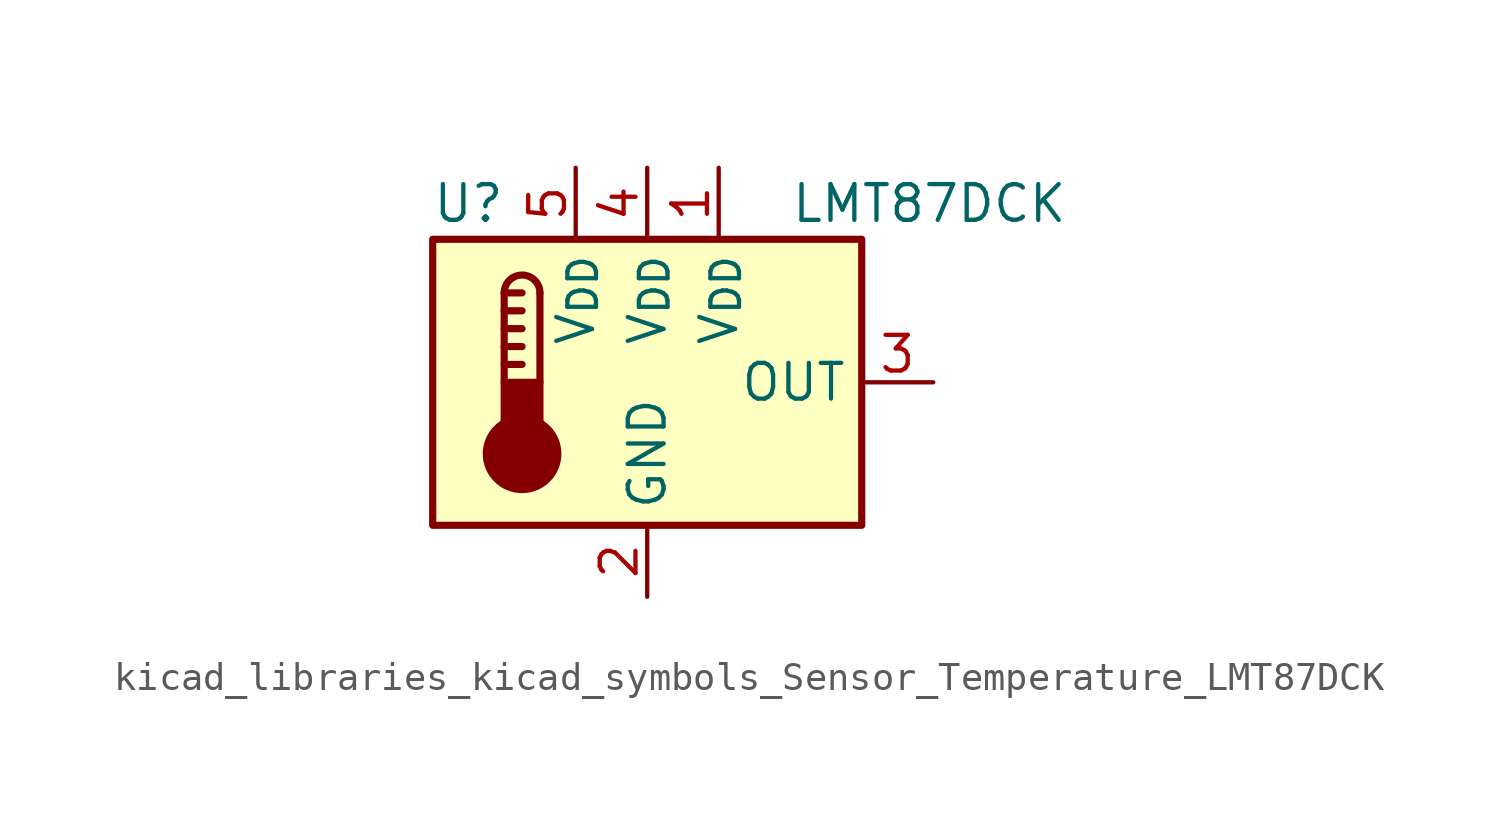
<source format=kicad_sym>
(kicad_symbol_lib
  (version 20220914)
  (generator kicad_symbol_editor)
  (symbol "kicad_libraries_kicad_symbols_Sensor_Temperature_LMT87DCK"
    (property "Reference" "U"
      (at -6.35 6.35 0)
      (effects (font (size 1.27 1.27))))
    (property "Value" "LMT87DCK"
      (at 5.08 6.35 0)
      (effects (font (size 1.27 1.27)) (justify left)))
    (symbol "kicad_libraries_kicad_symbols_Sensor_Temperature_LMT87DCK_0_1"
      (rectangle (start -7.62 5.08) (end 7.62 -5.08) (stroke (width 0.254) (type default)) (fill (type background)))
      (circle (center -4.445 -2.54) (radius 1.27) (stroke (width 0.254) (type default)) (fill (type outline)))
      (rectangle (start -3.81 -1.905) (end -5.08 0) (stroke (width 0.254) (type default)) (fill (type outline)))
      (arc (start -3.81 3.175) (mid -4.445 3.8073) (end -5.08 3.175) (stroke (width 0.254) (type default)) (fill (type none)))
      (polyline (pts (xy -5.08 0.635) (xy -4.445 0.635)) (stroke (width 0.254) (type default)) (fill (type none)))
      (polyline (pts (xy -5.08 1.27) (xy -4.445 1.27)) (stroke (width 0.254) (type default)) (fill (type none)))
      (polyline (pts (xy -5.08 1.905) (xy -4.445 1.905)) (stroke (width 0.254) (type default)) (fill (type none)))
      (polyline (pts (xy -5.08 2.54) (xy -4.445 2.54)) (stroke (width 0.254) (type default)) (fill (type none)))
      (polyline (pts (xy -5.08 3.175) (xy -5.08 0)) (stroke (width 0.254) (type default)) (fill (type none)))
      (polyline (pts (xy -5.08 3.175) (xy -4.445 3.175)) (stroke (width 0.254) (type default)) (fill (type none)))
      (polyline (pts (xy -3.81 3.175) (xy -3.81 0)) (stroke (width 0.254) (type default)) (fill (type none))))
    (symbol "kicad_libraries_kicad_symbols_Sensor_Temperature_LMT87DCK_1_1"
      (pin power_in line (at 2.54 7.62 270) (length 2.54) (name "V_{DD}" (effects (font (size 1.27 1.27)))) (number "1" (effects (font (size 1.27 1.27)))))
      (pin power_in line (at 0 -7.62 90) (length 2.54) (name "GND" (effects (font (size 1.27 1.27)))) (number "2" (effects (font (size 1.27 1.27)))))
      (pin output line (at 10.16 0 180) (length 2.54) (name "OUT" (effects (font (size 1.27 1.27)))) (number "3" (effects (font (size 1.27 1.27)))))
      (pin power_in line (at 0 7.62 270) (length 2.54) (name "V_{DD}" (effects (font (size 1.27 1.27)))) (number "4" (effects (font (size 1.27 1.27)))))
      (pin power_in line (at -2.54 7.62 270) (length 2.54) (name "V_{DD}" (effects (font (size 1.27 1.27)))) (number "5" (effects (font (size 1.27 1.27))))))))
</source>
